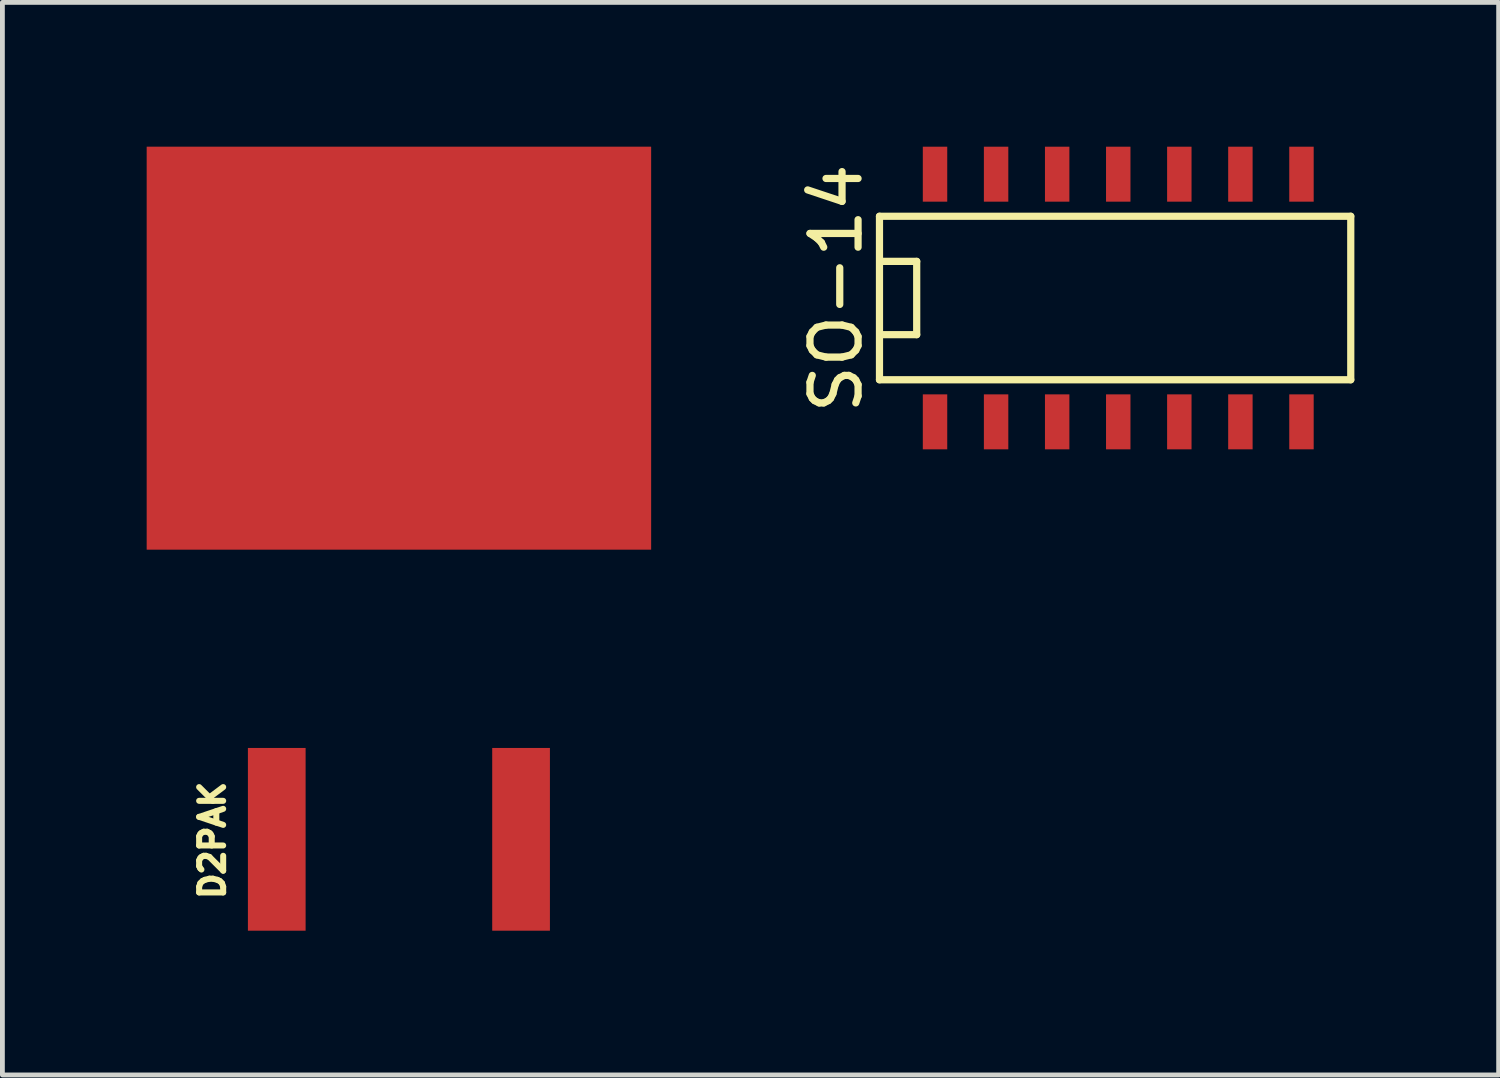
<source format=kicad_pcb>
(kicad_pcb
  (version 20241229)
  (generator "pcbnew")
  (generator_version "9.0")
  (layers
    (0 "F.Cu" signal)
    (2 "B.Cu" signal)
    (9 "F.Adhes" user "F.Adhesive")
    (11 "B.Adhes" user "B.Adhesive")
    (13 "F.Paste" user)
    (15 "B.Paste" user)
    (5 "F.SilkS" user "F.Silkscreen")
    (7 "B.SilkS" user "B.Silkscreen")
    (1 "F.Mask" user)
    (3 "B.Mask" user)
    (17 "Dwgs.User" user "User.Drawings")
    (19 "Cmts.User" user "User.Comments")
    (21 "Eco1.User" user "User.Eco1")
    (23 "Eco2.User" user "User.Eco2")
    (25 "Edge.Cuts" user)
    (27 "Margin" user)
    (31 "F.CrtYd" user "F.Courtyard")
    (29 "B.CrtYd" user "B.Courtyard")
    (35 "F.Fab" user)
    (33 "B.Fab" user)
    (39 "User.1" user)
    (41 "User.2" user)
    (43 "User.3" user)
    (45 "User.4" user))
  (footprint "D2PAK"
    (layer "F.Cu")
    (at 5.245 4.19)
    (property "Reference" "D2PAK" (at -3.879 10.234 90) (layer "F.SilkS") (effects (font (size 0.5 0.5) (thickness 0.125))))
    (attr through_hole)
    (pad "1" smd rect (at -2.54 10.213) (size 1.2 3.8) (layers "F.Cu" "F.Mask" "F.Paste"))
    (pad "2" smd rect (at 0 0) (size 10.49 8.38) (layers "F.Cu" "F.Mask" "F.Paste"))
    (pad "3" smd rect (at 2.54 10.213) (size 1.2 3.8) (layers "F.Cu" "F.Mask" "F.Paste")))
  (footprint "SO-14"
    (layer "F.Cu")
    (at 20.138 3.147)
    (property "Reference" "SO-14" (at -5.8 -0.2 90) (layer "F.SilkS") (effects (font (size 1 1) (thickness 0.15))))
    (attr smd)
    (fp_line (start -4.9 -1.7) (end -4.9 1.7) (stroke (width 0.15) (type solid)) (layer "F.SilkS"))
    (fp_line (start -4.888 -0.762) (end -4.126 -0.762) (stroke (width 0.15) (type solid)) (layer "F.SilkS"))
    (fp_line (start -4.126 -0.762) (end -4.126 0.762) (stroke (width 0.15) (type solid)) (layer "F.SilkS"))
    (fp_line (start -4.126 0.762) (end -4.888 0.762) (stroke (width 0.15) (type solid)) (layer "F.SilkS"))
    (fp_line (start 4.9 -1.7) (end -4.9 -1.7) (stroke (width 0.15) (type solid)) (layer "F.SilkS"))
    (fp_line (start 4.9 -1.7) (end 4.9 1.7) (stroke (width 0.15) (type solid)) (layer "F.SilkS"))
    (fp_line (start 4.9 1.7) (end -4.9 1.7) (stroke (width 0.15) (type solid)) (layer "F.SilkS"))
    (pad "1" smd rect (at -3.745 2.575) (size 0.508 1.143) (layers "F.Cu" "F.Mask" "F.Paste"))
    (pad "2" smd rect (at -2.475 2.575) (size 0.508 1.143) (layers "F.Cu" "F.Mask" "F.Paste"))
    (pad "3" smd rect (at -1.205 2.575) (size 0.508 1.143) (layers "F.Cu" "F.Mask" "F.Paste"))
    (pad "4" smd rect (at 0.065 2.575) (size 0.508 1.143) (layers "F.Cu" "F.Mask" "F.Paste"))
    (pad "5" smd rect (at 1.335 2.575) (size 0.508 1.143) (layers "F.Cu" "F.Mask" "F.Paste"))
    (pad "6" smd rect (at 2.605 2.575) (size 0.508 1.143) (layers "F.Cu" "F.Mask" "F.Paste"))
    (pad "7" smd rect (at 3.875 2.575) (size 0.508 1.143) (layers "F.Cu" "F.Mask" "F.Paste"))
    (pad "8" smd rect (at 3.875 -2.575) (size 0.508 1.143) (layers "F.Cu" "F.Mask" "F.Paste"))
    (pad "9" smd rect (at 2.605 -2.575) (size 0.508 1.143) (layers "F.Cu" "F.Mask" "F.Paste"))
    (pad "10" smd rect (at 1.335 -2.575) (size 0.508 1.143) (layers "F.Cu" "F.Mask" "F.Paste"))
    (pad "11" smd rect (at 0.065 -2.575) (size 0.508 1.143) (layers "F.Cu" "F.Mask" "F.Paste"))
    (pad "12" smd rect (at -1.205 -2.575) (size 0.508 1.143) (layers "F.Cu" "F.Mask" "F.Paste"))
    (pad "13" smd rect (at -2.475 -2.575) (size 0.508 1.143) (layers "F.Cu" "F.Mask" "F.Paste"))
    (pad "14" smd rect (at -3.745 -2.575) (size 0.508 1.143) (layers "F.Cu" "F.Mask" "F.Paste")))
  (gr_rect
    (start -3 -3)
    (end 28.113 19.303)
    (stroke (width 0.1) (type default))
    (fill no)
    (layer "Edge.Cuts")))
</source>
